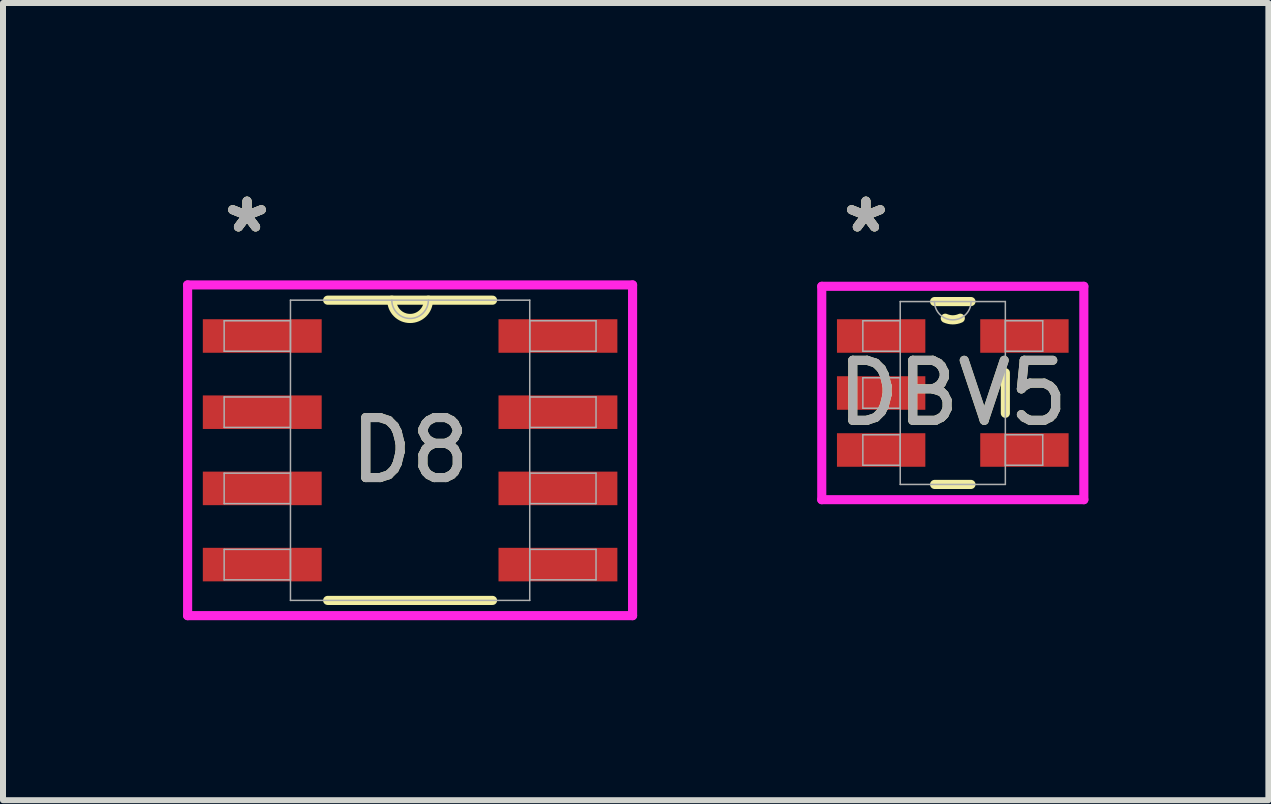
<source format=kicad_pcb>
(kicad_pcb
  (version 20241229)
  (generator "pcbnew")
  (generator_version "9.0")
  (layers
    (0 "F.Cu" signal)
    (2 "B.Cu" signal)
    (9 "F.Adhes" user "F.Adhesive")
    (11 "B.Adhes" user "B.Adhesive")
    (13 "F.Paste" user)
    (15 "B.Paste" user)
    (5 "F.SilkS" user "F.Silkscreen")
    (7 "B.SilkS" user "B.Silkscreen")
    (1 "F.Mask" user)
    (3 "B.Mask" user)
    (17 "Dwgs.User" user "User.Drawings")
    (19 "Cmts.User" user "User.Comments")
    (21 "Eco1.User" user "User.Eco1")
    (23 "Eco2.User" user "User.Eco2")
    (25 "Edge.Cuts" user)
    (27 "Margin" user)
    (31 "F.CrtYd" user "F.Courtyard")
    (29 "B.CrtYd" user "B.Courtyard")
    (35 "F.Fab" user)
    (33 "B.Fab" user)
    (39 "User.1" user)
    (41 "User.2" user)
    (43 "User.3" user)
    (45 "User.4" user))
  (footprint "DBV5"
    (layer "F.Cu")
    (at 12.83 3.5)
    (property "Reference" "DBV5" (at 0 0 0) (unlocked yes) (layer "F.SilkS") (effects (font (size 1 1) (thickness 0.15))))
    (attr smd)
    (fp_line (start -0.303 1.524) (end 0.303 1.524) (stroke (width 0.152) (type solid)) (layer "F.SilkS"))
    (fp_line (start 0.303 -1.524) (end -0.303 -1.524) (stroke (width 0.152) (type solid)) (layer "F.SilkS"))
    (fp_line (start 0.876 0.338) (end 0.876 -0.338) (stroke (width 0.152) (type solid)) (layer "F.SilkS"))
    (fp_arc (start 0.124872 -1.245953) (mid 0 -1.2192) (end -0.124872 -1.245953) (stroke (width 0.1524) (type solid)) (layer "F.SilkS"))
    (fp_line (start -2.184 -1.778) (end 2.184 -1.778) (stroke (width 0.152) (type solid)) (layer "F.CrtYd"))
    (fp_line (start -2.184 1.778) (end -2.184 -1.778) (stroke (width 0.152) (type solid)) (layer "F.CrtYd"))
    (fp_line (start 2.184 -1.778) (end 2.184 1.778) (stroke (width 0.152) (type solid)) (layer "F.CrtYd"))
    (fp_line (start 2.184 1.778) (end -2.184 1.778) (stroke (width 0.152) (type solid)) (layer "F.CrtYd"))
    (fp_line (start -1.499 -1.204) (end -1.499 -0.696) (stroke (width 0.025) (type solid)) (layer "F.Fab"))
    (fp_line (start -1.499 -0.696) (end -0.876 -0.696) (stroke (width 0.025) (type solid)) (layer "F.Fab"))
    (fp_line (start -1.499 -0.254) (end -1.499 0.254) (stroke (width 0.025) (type solid)) (layer "F.Fab"))
    (fp_line (start -1.499 0.254) (end -0.876 0.254) (stroke (width 0.025) (type solid)) (layer "F.Fab"))
    (fp_line (start -1.499 0.696) (end -1.499 1.204) (stroke (width 0.025) (type solid)) (layer "F.Fab"))
    (fp_line (start -1.499 1.204) (end -0.876 1.204) (stroke (width 0.025) (type solid)) (layer "F.Fab"))
    (fp_line (start -0.876 -1.524) (end -0.876 1.524) (stroke (width 0.025) (type solid)) (layer "F.Fab"))
    (fp_line (start -0.876 -1.204) (end -1.499 -1.204) (stroke (width 0.025) (type solid)) (layer "F.Fab"))
    (fp_line (start -0.876 -0.696) (end -0.876 -1.204) (stroke (width 0.025) (type solid)) (layer "F.Fab"))
    (fp_line (start -0.876 -0.254) (end -1.499 -0.254) (stroke (width 0.025) (type solid)) (layer "F.Fab"))
    (fp_line (start -0.876 0.254) (end -0.876 -0.254) (stroke (width 0.025) (type solid)) (layer "F.Fab"))
    (fp_line (start -0.876 0.696) (end -1.499 0.696) (stroke (width 0.025) (type solid)) (layer "F.Fab"))
    (fp_line (start -0.876 1.204) (end -0.876 0.696) (stroke (width 0.025) (type solid)) (layer "F.Fab"))
    (fp_line (start -0.876 1.524) (end 0.876 1.524) (stroke (width 0.025) (type solid)) (layer "F.Fab"))
    (fp_line (start 0.876 -1.524) (end -0.876 -1.524) (stroke (width 0.025) (type solid)) (layer "F.Fab"))
    (fp_line (start 0.876 -1.204) (end 0.876 -0.696) (stroke (width 0.025) (type solid)) (layer "F.Fab"))
    (fp_line (start 0.876 -0.696) (end 1.499 -0.696) (stroke (width 0.025) (type solid)) (layer "F.Fab"))
    (fp_line (start 0.876 0.696) (end 0.876 1.204) (stroke (width 0.025) (type solid)) (layer "F.Fab"))
    (fp_line (start 0.876 1.204) (end 1.499 1.204) (stroke (width 0.025) (type solid)) (layer "F.Fab"))
    (fp_line (start 0.876 1.524) (end 0.876 -1.524) (stroke (width 0.025) (type solid)) (layer "F.Fab"))
    (fp_line (start 1.499 -1.204) (end 0.876 -1.204) (stroke (width 0.025) (type solid)) (layer "F.Fab"))
    (fp_line (start 1.499 -0.696) (end 1.499 -1.204) (stroke (width 0.025) (type solid)) (layer "F.Fab"))
    (fp_line (start 1.499 0.696) (end 0.876 0.696) (stroke (width 0.025) (type solid)) (layer "F.Fab"))
    (fp_line (start 1.499 1.204) (end 1.499 0.696) (stroke (width 0.025) (type solid)) (layer "F.Fab"))
    (fp_arc (start 0.3048 -1.524) (mid 0 -1.2192) (end -0.3048 -1.524) (stroke (width 0.0254) (type solid)) (layer "F.Fab"))
    (fp_text user "*" (at -1.448 -2.652 0) (layer "F.SilkS") (effects (font (size 1 1) (thickness 0.15))))
    (fp_text user "*" (at -1.448 -2.652 0) (unlocked yes) (layer "F.SilkS") (effects (font (size 1 1) (thickness 0.15))))
    (fp_text user "${REFERENCE}" (at 0 0 0) (unlocked yes) (layer "F.Fab") (effects (font (size 1 1) (thickness 0.15))))
    (fp_text user "*" (at -1.448 -2.652 0) (unlocked yes) (layer "F.Fab") (effects (font (size 1 1) (thickness 0.15))))
    (fp_text user "*" (at -1.448 -2.652 0) (layer "F.Fab") (effects (font (size 1 1) (thickness 0.15))))
    (pad "1" smd rect (at -1.194 -0.95) (size 1.473 0.559) (layers "F.Cu" "F.Mask" "F.Paste"))
    (pad "2" smd rect (at -1.194 0) (size 1.473 0.559) (layers "F.Cu" "F.Mask" "F.Paste"))
    (pad "3" smd rect (at -1.194 0.95) (size 1.473 0.559) (layers "F.Cu" "F.Mask" "F.Paste"))
    (pad "4" smd rect (at 1.194 0.95) (size 1.473 0.559) (layers "F.Cu" "F.Mask" "F.Paste"))
    (pad "5" smd rect (at 1.194 -0.95) (size 1.473 0.559) (layers "F.Cu" "F.Mask" "F.Paste")))
  (footprint "D8"
    (layer "F.Cu")
    (at 3.785 4.455)
    (property "Reference" "D8" (at 0 0 0) (unlocked yes) (layer "F.SilkS") (effects (font (size 1 1) (thickness 0.15))))
    (attr smd)
    (fp_line (start -1.374 2.502) (end 1.374 2.502) (stroke (width 0.152) (type solid)) (layer "F.SilkS"))
    (fp_line (start 1.374 -2.502) (end -1.374 -2.502) (stroke (width 0.152) (type solid)) (layer "F.SilkS"))
    (fp_arc (start 0.3048 -2.5019) (mid 0 -2.1971) (end -0.3048 -2.5019) (stroke (width 0.1524) (type solid)) (layer "F.SilkS"))
    (fp_line (start -3.708 -2.756) (end 3.708 -2.756) (stroke (width 0.152) (type solid)) (layer "F.CrtYd"))
    (fp_line (start -3.708 2.756) (end -3.708 -2.756) (stroke (width 0.152) (type solid)) (layer "F.CrtYd"))
    (fp_line (start 3.708 -2.756) (end 3.708 2.756) (stroke (width 0.152) (type solid)) (layer "F.CrtYd"))
    (fp_line (start 3.708 2.756) (end -3.708 2.756) (stroke (width 0.152) (type solid)) (layer "F.CrtYd"))
    (fp_line (start -3.099 -2.159) (end -3.099 -1.651) (stroke (width 0.025) (type solid)) (layer "F.Fab"))
    (fp_line (start -3.099 -1.651) (end -1.994 -1.651) (stroke (width 0.025) (type solid)) (layer "F.Fab"))
    (fp_line (start -3.099 -0.889) (end -3.099 -0.381) (stroke (width 0.025) (type solid)) (layer "F.Fab"))
    (fp_line (start -3.099 -0.381) (end -1.994 -0.381) (stroke (width 0.025) (type solid)) (layer "F.Fab"))
    (fp_line (start -3.099 0.381) (end -3.099 0.889) (stroke (width 0.025) (type solid)) (layer "F.Fab"))
    (fp_line (start -3.099 0.889) (end -1.994 0.889) (stroke (width 0.025) (type solid)) (layer "F.Fab"))
    (fp_line (start -3.099 1.651) (end -3.099 2.159) (stroke (width 0.025) (type solid)) (layer "F.Fab"))
    (fp_line (start -3.099 2.159) (end -1.994 2.159) (stroke (width 0.025) (type solid)) (layer "F.Fab"))
    (fp_line (start -1.994 -2.502) (end -1.994 2.502) (stroke (width 0.025) (type solid)) (layer "F.Fab"))
    (fp_line (start -1.994 -2.159) (end -3.099 -2.159) (stroke (width 0.025) (type solid)) (layer "F.Fab"))
    (fp_line (start -1.994 -1.651) (end -1.994 -2.159) (stroke (width 0.025) (type solid)) (layer "F.Fab"))
    (fp_line (start -1.994 -0.889) (end -3.099 -0.889) (stroke (width 0.025) (type solid)) (layer "F.Fab"))
    (fp_line (start -1.994 -0.381) (end -1.994 -0.889) (stroke (width 0.025) (type solid)) (layer "F.Fab"))
    (fp_line (start -1.994 0.381) (end -3.099 0.381) (stroke (width 0.025) (type solid)) (layer "F.Fab"))
    (fp_line (start -1.994 0.889) (end -1.994 0.381) (stroke (width 0.025) (type solid)) (layer "F.Fab"))
    (fp_line (start -1.994 1.651) (end -3.099 1.651) (stroke (width 0.025) (type solid)) (layer "F.Fab"))
    (fp_line (start -1.994 2.159) (end -1.994 1.651) (stroke (width 0.025) (type solid)) (layer "F.Fab"))
    (fp_line (start -1.994 2.502) (end 1.994 2.502) (stroke (width 0.025) (type solid)) (layer "F.Fab"))
    (fp_line (start 1.994 -2.502) (end -1.994 -2.502) (stroke (width 0.025) (type solid)) (layer "F.Fab"))
    (fp_line (start 1.994 -2.159) (end 1.994 -1.651) (stroke (width 0.025) (type solid)) (layer "F.Fab"))
    (fp_line (start 1.994 -1.651) (end 3.099 -1.651) (stroke (width 0.025) (type solid)) (layer "F.Fab"))
    (fp_line (start 1.994 -0.889) (end 1.994 -0.381) (stroke (width 0.025) (type solid)) (layer "F.Fab"))
    (fp_line (start 1.994 -0.381) (end 3.099 -0.381) (stroke (width 0.025) (type solid)) (layer "F.Fab"))
    (fp_line (start 1.994 0.381) (end 1.994 0.889) (stroke (width 0.025) (type solid)) (layer "F.Fab"))
    (fp_line (start 1.994 0.889) (end 3.099 0.889) (stroke (width 0.025) (type solid)) (layer "F.Fab"))
    (fp_line (start 1.994 1.651) (end 1.994 2.159) (stroke (width 0.025) (type solid)) (layer "F.Fab"))
    (fp_line (start 1.994 2.159) (end 3.099 2.159) (stroke (width 0.025) (type solid)) (layer "F.Fab"))
    (fp_line (start 1.994 2.502) (end 1.994 -2.502) (stroke (width 0.025) (type solid)) (layer "F.Fab"))
    (fp_line (start 3.099 -2.159) (end 1.994 -2.159) (stroke (width 0.025) (type solid)) (layer "F.Fab"))
    (fp_line (start 3.099 -1.651) (end 3.099 -2.159) (stroke (width 0.025) (type solid)) (layer "F.Fab"))
    (fp_line (start 3.099 -0.889) (end 1.994 -0.889) (stroke (width 0.025) (type solid)) (layer "F.Fab"))
    (fp_line (start 3.099 -0.381) (end 3.099 -0.889) (stroke (width 0.025) (type solid)) (layer "F.Fab"))
    (fp_line (start 3.099 0.381) (end 1.994 0.381) (stroke (width 0.025) (type solid)) (layer "F.Fab"))
    (fp_line (start 3.099 0.889) (end 3.099 0.381) (stroke (width 0.025) (type solid)) (layer "F.Fab"))
    (fp_line (start 3.099 1.651) (end 1.994 1.651) (stroke (width 0.025) (type solid)) (layer "F.Fab"))
    (fp_line (start 3.099 2.159) (end 3.099 1.651) (stroke (width 0.025) (type solid)) (layer "F.Fab"))
    (fp_arc (start 0.3048 -2.5019) (mid 0 -2.1971) (end -0.3048 -2.5019) (stroke (width 0.0254) (type solid)) (layer "F.Fab"))
    (fp_text user "*" (at -2.718 -3.607 0) (unlocked yes) (layer "F.SilkS") (effects (font (size 1 1) (thickness 0.15))))
    (fp_text user "*" (at -2.718 -3.607 0) (layer "F.SilkS") (effects (font (size 1 1) (thickness 0.15))))
    (fp_text user "${REFERENCE}" (at 0 0 0) (unlocked yes) (layer "F.Fab") (effects (font (size 1 1) (thickness 0.15))))
    (fp_text user "*" (at -2.718 -3.607 0) (unlocked yes) (layer "F.Fab") (effects (font (size 1 1) (thickness 0.15))))
    (fp_text user "*" (at -2.718 -3.607 0) (layer "F.Fab") (effects (font (size 1 1) (thickness 0.15))))
    (pad "1" smd rect (at -2.464 -1.905) (size 1.981 0.559) (layers "F.Cu" "F.Mask" "F.Paste"))
    (pad "2" smd rect (at -2.464 -0.635) (size 1.981 0.559) (layers "F.Cu" "F.Mask" "F.Paste"))
    (pad "3" smd rect (at -2.464 0.635) (size 1.981 0.559) (layers "F.Cu" "F.Mask" "F.Paste"))
    (pad "4" smd rect (at -2.464 1.905) (size 1.981 0.559) (layers "F.Cu" "F.Mask" "F.Paste"))
    (pad "5" smd rect (at 2.464 1.905) (size 1.981 0.559) (layers "F.Cu" "F.Mask" "F.Paste"))
    (pad "6" smd rect (at 2.464 0.635) (size 1.981 0.559) (layers "F.Cu" "F.Mask" "F.Paste"))
    (pad "7" smd rect (at 2.464 -0.635) (size 1.981 0.559) (layers "F.Cu" "F.Mask" "F.Paste"))
    (pad "8" smd rect (at 2.464 -1.905) (size 1.981 0.559) (layers "F.Cu" "F.Mask" "F.Paste")))
  (gr_rect
    (start -3 -3)
    (end 18.09 10.287)
    (stroke (width 0.1) (type default))
    (fill no)
    (layer "Edge.Cuts")))
</source>
